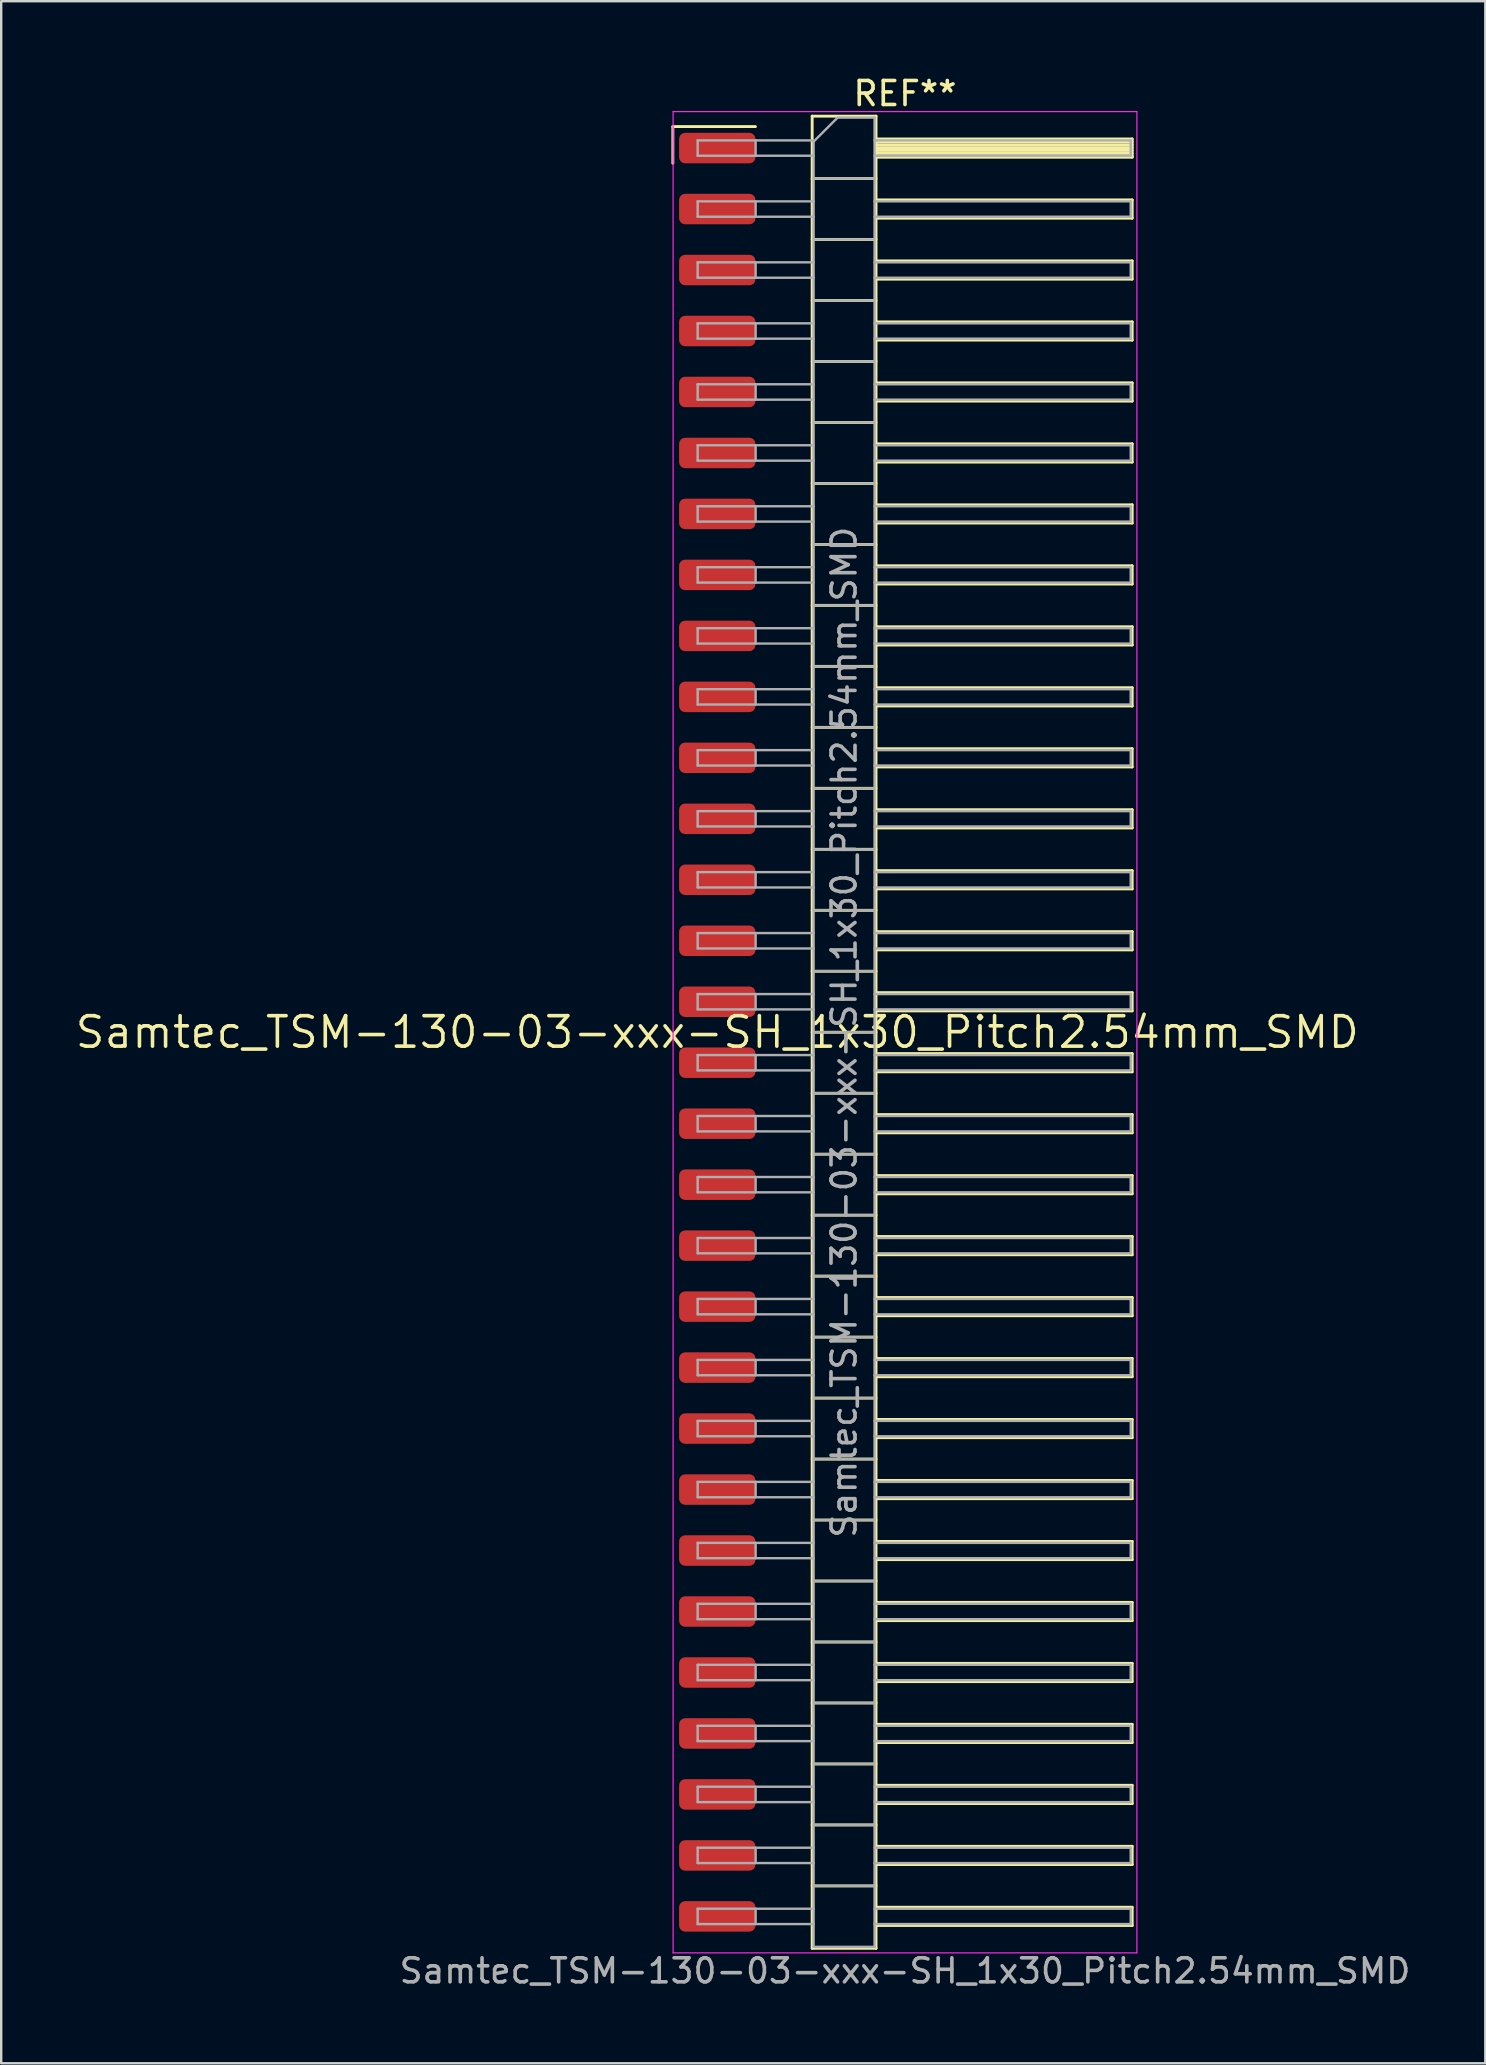
<source format=kicad_pcb>
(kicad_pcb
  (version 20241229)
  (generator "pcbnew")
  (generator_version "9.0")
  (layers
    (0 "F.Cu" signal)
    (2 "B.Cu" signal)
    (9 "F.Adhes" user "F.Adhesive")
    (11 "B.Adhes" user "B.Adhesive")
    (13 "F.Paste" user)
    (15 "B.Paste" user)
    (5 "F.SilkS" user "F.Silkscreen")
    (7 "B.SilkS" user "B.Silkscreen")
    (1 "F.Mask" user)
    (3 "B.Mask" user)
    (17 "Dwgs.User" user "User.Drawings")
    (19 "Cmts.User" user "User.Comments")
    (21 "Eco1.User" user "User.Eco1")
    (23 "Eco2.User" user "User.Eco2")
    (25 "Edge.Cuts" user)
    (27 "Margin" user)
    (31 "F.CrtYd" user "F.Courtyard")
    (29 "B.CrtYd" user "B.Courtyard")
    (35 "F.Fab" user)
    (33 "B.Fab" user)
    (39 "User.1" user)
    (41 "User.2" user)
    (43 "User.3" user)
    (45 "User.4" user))
  (footprint "Samtec_TSM-130-03-xxx-SH_1x30_Pitch2.54mm_SMD"
    (layer "F.Cu")
    (at 26.828 39.948)
    (property "Reference" "Samtec_TSM-130-03-xxx-SH_1x30_Pitch2.54mm_SMD" (at 0 0 0) (layer "F.SilkS") (effects (font (size 1.27 1.27) (thickness 0.15))))
    (attr smd)
    (fp_line (start -1.85 -37.725) (end 1.59 -37.725) (stroke (width 0.12) (type solid)) (layer "F.SilkS"))
    (fp_line (start -1.85 -36.195) (end -1.85 -37.725) (stroke (width 0.12) (type solid)) (layer "F.SilkS"))
    (fp_line (start 3.953 -38.16) (end 6.613 -38.16) (stroke (width 0.12) (type solid)) (layer "F.SilkS"))
    (fp_line (start 3.953 -35.56) (end 6.613 -35.56) (stroke (width 0.12) (type solid)) (layer "F.SilkS"))
    (fp_line (start 3.953 -33.02) (end 6.613 -33.02) (stroke (width 0.12) (type solid)) (layer "F.SilkS"))
    (fp_line (start 3.953 -30.48) (end 6.613 -30.48) (stroke (width 0.12) (type solid)) (layer "F.SilkS"))
    (fp_line (start 3.953 -27.94) (end 6.613 -27.94) (stroke (width 0.12) (type solid)) (layer "F.SilkS"))
    (fp_line (start 3.953 -25.4) (end 6.613 -25.4) (stroke (width 0.12) (type solid)) (layer "F.SilkS"))
    (fp_line (start 3.953 -22.86) (end 6.613 -22.86) (stroke (width 0.12) (type solid)) (layer "F.SilkS"))
    (fp_line (start 3.953 -20.32) (end 6.613 -20.32) (stroke (width 0.12) (type solid)) (layer "F.SilkS"))
    (fp_line (start 3.953 -17.78) (end 6.613 -17.78) (stroke (width 0.12) (type solid)) (layer "F.SilkS"))
    (fp_line (start 3.953 -15.24) (end 6.613 -15.24) (stroke (width 0.12) (type solid)) (layer "F.SilkS"))
    (fp_line (start 3.953 -12.7) (end 6.613 -12.7) (stroke (width 0.12) (type solid)) (layer "F.SilkS"))
    (fp_line (start 3.953 -10.16) (end 6.613 -10.16) (stroke (width 0.12) (type solid)) (layer "F.SilkS"))
    (fp_line (start 3.953 -7.62) (end 6.613 -7.62) (stroke (width 0.12) (type solid)) (layer "F.SilkS"))
    (fp_line (start 3.953 -5.08) (end 6.613 -5.08) (stroke (width 0.12) (type solid)) (layer "F.SilkS"))
    (fp_line (start 3.953 -2.54) (end 6.613 -2.54) (stroke (width 0.12) (type solid)) (layer "F.SilkS"))
    (fp_line (start 3.953 0) (end 6.613 0) (stroke (width 0.12) (type solid)) (layer "F.SilkS"))
    (fp_line (start 3.953 2.54) (end 6.613 2.54) (stroke (width 0.12) (type solid)) (layer "F.SilkS"))
    (fp_line (start 3.953 5.08) (end 6.613 5.08) (stroke (width 0.12) (type solid)) (layer "F.SilkS"))
    (fp_line (start 3.953 7.62) (end 6.613 7.62) (stroke (width 0.12) (type solid)) (layer "F.SilkS"))
    (fp_line (start 3.953 10.16) (end 6.613 10.16) (stroke (width 0.12) (type solid)) (layer "F.SilkS"))
    (fp_line (start 3.953 12.7) (end 6.613 12.7) (stroke (width 0.12) (type solid)) (layer "F.SilkS"))
    (fp_line (start 3.953 15.24) (end 6.613 15.24) (stroke (width 0.12) (type solid)) (layer "F.SilkS"))
    (fp_line (start 3.953 17.78) (end 6.613 17.78) (stroke (width 0.12) (type solid)) (layer "F.SilkS"))
    (fp_line (start 3.953 20.32) (end 6.613 20.32) (stroke (width 0.12) (type solid)) (layer "F.SilkS"))
    (fp_line (start 3.953 22.86) (end 6.613 22.86) (stroke (width 0.12) (type solid)) (layer "F.SilkS"))
    (fp_line (start 3.953 25.4) (end 6.613 25.4) (stroke (width 0.12) (type solid)) (layer "F.SilkS"))
    (fp_line (start 3.953 27.94) (end 6.613 27.94) (stroke (width 0.12) (type solid)) (layer "F.SilkS"))
    (fp_line (start 3.953 30.48) (end 6.613 30.48) (stroke (width 0.12) (type solid)) (layer "F.SilkS"))
    (fp_line (start 3.953 33.02) (end 6.613 33.02) (stroke (width 0.12) (type solid)) (layer "F.SilkS"))
    (fp_line (start 3.953 35.56) (end 6.613 35.56) (stroke (width 0.12) (type solid)) (layer "F.SilkS"))
    (fp_line (start 3.953 38.16) (end 3.953 -38.16) (stroke (width 0.12) (type solid)) (layer "F.SilkS"))
    (fp_line (start 6.613 -38.16) (end 6.613 38.16) (stroke (width 0.12) (type solid)) (layer "F.SilkS"))
    (fp_line (start 6.613 -37.21) (end 17.283 -37.21) (stroke (width 0.12) (type solid)) (layer "F.SilkS"))
    (fp_line (start 6.613 -37.09) (end 17.283 -37.09) (stroke (width 0.12) (type solid)) (layer "F.SilkS"))
    (fp_line (start 6.613 -36.97) (end 17.283 -36.97) (stroke (width 0.12) (type solid)) (layer "F.SilkS"))
    (fp_line (start 6.613 -36.85) (end 17.283 -36.85) (stroke (width 0.12) (type solid)) (layer "F.SilkS"))
    (fp_line (start 6.613 -36.73) (end 17.283 -36.73) (stroke (width 0.12) (type solid)) (layer "F.SilkS"))
    (fp_line (start 6.613 -36.61) (end 17.283 -36.61) (stroke (width 0.12) (type solid)) (layer "F.SilkS"))
    (fp_line (start 6.613 -36.49) (end 17.283 -36.49) (stroke (width 0.12) (type solid)) (layer "F.SilkS"))
    (fp_line (start 6.613 -36.45) (end 17.283 -36.45) (stroke (width 0.12) (type solid)) (layer "F.SilkS"))
    (fp_line (start 6.613 -34.67) (end 17.283 -34.67) (stroke (width 0.12) (type solid)) (layer "F.SilkS"))
    (fp_line (start 6.613 -33.91) (end 17.283 -33.91) (stroke (width 0.12) (type solid)) (layer "F.SilkS"))
    (fp_line (start 6.613 -32.13) (end 17.283 -32.13) (stroke (width 0.12) (type solid)) (layer "F.SilkS"))
    (fp_line (start 6.613 -31.37) (end 17.283 -31.37) (stroke (width 0.12) (type solid)) (layer "F.SilkS"))
    (fp_line (start 6.613 -29.59) (end 17.283 -29.59) (stroke (width 0.12) (type solid)) (layer "F.SilkS"))
    (fp_line (start 6.613 -28.83) (end 17.283 -28.83) (stroke (width 0.12) (type solid)) (layer "F.SilkS"))
    (fp_line (start 6.613 -27.05) (end 17.283 -27.05) (stroke (width 0.12) (type solid)) (layer "F.SilkS"))
    (fp_line (start 6.613 -26.29) (end 17.283 -26.29) (stroke (width 0.12) (type solid)) (layer "F.SilkS"))
    (fp_line (start 6.613 -24.51) (end 17.283 -24.51) (stroke (width 0.12) (type solid)) (layer "F.SilkS"))
    (fp_line (start 6.613 -23.75) (end 17.283 -23.75) (stroke (width 0.12) (type solid)) (layer "F.SilkS"))
    (fp_line (start 6.613 -21.97) (end 17.283 -21.97) (stroke (width 0.12) (type solid)) (layer "F.SilkS"))
    (fp_line (start 6.613 -21.21) (end 17.283 -21.21) (stroke (width 0.12) (type solid)) (layer "F.SilkS"))
    (fp_line (start 6.613 -19.43) (end 17.283 -19.43) (stroke (width 0.12) (type solid)) (layer "F.SilkS"))
    (fp_line (start 6.613 -18.67) (end 17.283 -18.67) (stroke (width 0.12) (type solid)) (layer "F.SilkS"))
    (fp_line (start 6.613 -16.89) (end 17.283 -16.89) (stroke (width 0.12) (type solid)) (layer "F.SilkS"))
    (fp_line (start 6.613 -16.13) (end 17.283 -16.13) (stroke (width 0.12) (type solid)) (layer "F.SilkS"))
    (fp_line (start 6.613 -14.35) (end 17.283 -14.35) (stroke (width 0.12) (type solid)) (layer "F.SilkS"))
    (fp_line (start 6.613 -13.59) (end 17.283 -13.59) (stroke (width 0.12) (type solid)) (layer "F.SilkS"))
    (fp_line (start 6.613 -11.81) (end 17.283 -11.81) (stroke (width 0.12) (type solid)) (layer "F.SilkS"))
    (fp_line (start 6.613 -11.05) (end 17.283 -11.05) (stroke (width 0.12) (type solid)) (layer "F.SilkS"))
    (fp_line (start 6.613 -9.27) (end 17.283 -9.27) (stroke (width 0.12) (type solid)) (layer "F.SilkS"))
    (fp_line (start 6.613 -8.51) (end 17.283 -8.51) (stroke (width 0.12) (type solid)) (layer "F.SilkS"))
    (fp_line (start 6.613 -6.73) (end 17.283 -6.73) (stroke (width 0.12) (type solid)) (layer "F.SilkS"))
    (fp_line (start 6.613 -5.97) (end 17.283 -5.97) (stroke (width 0.12) (type solid)) (layer "F.SilkS"))
    (fp_line (start 6.613 -4.19) (end 17.283 -4.19) (stroke (width 0.12) (type solid)) (layer "F.SilkS"))
    (fp_line (start 6.613 -3.43) (end 17.283 -3.43) (stroke (width 0.12) (type solid)) (layer "F.SilkS"))
    (fp_line (start 6.613 -1.65) (end 17.283 -1.65) (stroke (width 0.12) (type solid)) (layer "F.SilkS"))
    (fp_line (start 6.613 -0.89) (end 17.283 -0.89) (stroke (width 0.12) (type solid)) (layer "F.SilkS"))
    (fp_line (start 6.613 0.89) (end 17.283 0.89) (stroke (width 0.12) (type solid)) (layer "F.SilkS"))
    (fp_line (start 6.613 1.65) (end 17.283 1.65) (stroke (width 0.12) (type solid)) (layer "F.SilkS"))
    (fp_line (start 6.613 3.43) (end 17.283 3.43) (stroke (width 0.12) (type solid)) (layer "F.SilkS"))
    (fp_line (start 6.613 4.19) (end 17.283 4.19) (stroke (width 0.12) (type solid)) (layer "F.SilkS"))
    (fp_line (start 6.613 5.97) (end 17.283 5.97) (stroke (width 0.12) (type solid)) (layer "F.SilkS"))
    (fp_line (start 6.613 6.73) (end 17.283 6.73) (stroke (width 0.12) (type solid)) (layer "F.SilkS"))
    (fp_line (start 6.613 8.51) (end 17.283 8.51) (stroke (width 0.12) (type solid)) (layer "F.SilkS"))
    (fp_line (start 6.613 9.27) (end 17.283 9.27) (stroke (width 0.12) (type solid)) (layer "F.SilkS"))
    (fp_line (start 6.613 11.05) (end 17.283 11.05) (stroke (width 0.12) (type solid)) (layer "F.SilkS"))
    (fp_line (start 6.613 11.81) (end 17.283 11.81) (stroke (width 0.12) (type solid)) (layer "F.SilkS"))
    (fp_line (start 6.613 13.59) (end 17.283 13.59) (stroke (width 0.12) (type solid)) (layer "F.SilkS"))
    (fp_line (start 6.613 14.35) (end 17.283 14.35) (stroke (width 0.12) (type solid)) (layer "F.SilkS"))
    (fp_line (start 6.613 16.13) (end 17.283 16.13) (stroke (width 0.12) (type solid)) (layer "F.SilkS"))
    (fp_line (start 6.613 16.89) (end 17.283 16.89) (stroke (width 0.12) (type solid)) (layer "F.SilkS"))
    (fp_line (start 6.613 18.67) (end 17.283 18.67) (stroke (width 0.12) (type solid)) (layer "F.SilkS"))
    (fp_line (start 6.613 19.43) (end 17.283 19.43) (stroke (width 0.12) (type solid)) (layer "F.SilkS"))
    (fp_line (start 6.613 21.21) (end 17.283 21.21) (stroke (width 0.12) (type solid)) (layer "F.SilkS"))
    (fp_line (start 6.613 21.97) (end 17.283 21.97) (stroke (width 0.12) (type solid)) (layer "F.SilkS"))
    (fp_line (start 6.613 23.75) (end 17.283 23.75) (stroke (width 0.12) (type solid)) (layer "F.SilkS"))
    (fp_line (start 6.613 24.51) (end 17.283 24.51) (stroke (width 0.12) (type solid)) (layer "F.SilkS"))
    (fp_line (start 6.613 26.29) (end 17.283 26.29) (stroke (width 0.12) (type solid)) (layer "F.SilkS"))
    (fp_line (start 6.613 27.05) (end 17.283 27.05) (stroke (width 0.12) (type solid)) (layer "F.SilkS"))
    (fp_line (start 6.613 28.83) (end 17.283 28.83) (stroke (width 0.12) (type solid)) (layer "F.SilkS"))
    (fp_line (start 6.613 29.59) (end 17.283 29.59) (stroke (width 0.12) (type solid)) (layer "F.SilkS"))
    (fp_line (start 6.613 31.37) (end 17.283 31.37) (stroke (width 0.12) (type solid)) (layer "F.SilkS"))
    (fp_line (start 6.613 32.13) (end 17.283 32.13) (stroke (width 0.12) (type solid)) (layer "F.SilkS"))
    (fp_line (start 6.613 33.91) (end 17.283 33.91) (stroke (width 0.12) (type solid)) (layer "F.SilkS"))
    (fp_line (start 6.613 34.67) (end 17.283 34.67) (stroke (width 0.12) (type solid)) (layer "F.SilkS"))
    (fp_line (start 6.613 36.45) (end 17.283 36.45) (stroke (width 0.12) (type solid)) (layer "F.SilkS"))
    (fp_line (start 6.613 37.21) (end 17.283 37.21) (stroke (width 0.12) (type solid)) (layer "F.SilkS"))
    (fp_line (start 6.613 38.16) (end 3.953 38.16) (stroke (width 0.12) (type solid)) (layer "F.SilkS"))
    (fp_line (start 17.283 -37.21) (end 17.283 -36.45) (stroke (width 0.12) (type solid)) (layer "F.SilkS"))
    (fp_line (start 17.283 -34.67) (end 17.283 -33.91) (stroke (width 0.12) (type solid)) (layer "F.SilkS"))
    (fp_line (start 17.283 -32.13) (end 17.283 -31.37) (stroke (width 0.12) (type solid)) (layer "F.SilkS"))
    (fp_line (start 17.283 -29.59) (end 17.283 -28.83) (stroke (width 0.12) (type solid)) (layer "F.SilkS"))
    (fp_line (start 17.283 -27.05) (end 17.283 -26.29) (stroke (width 0.12) (type solid)) (layer "F.SilkS"))
    (fp_line (start 17.283 -24.51) (end 17.283 -23.75) (stroke (width 0.12) (type solid)) (layer "F.SilkS"))
    (fp_line (start 17.283 -21.97) (end 17.283 -21.21) (stroke (width 0.12) (type solid)) (layer "F.SilkS"))
    (fp_line (start 17.283 -19.43) (end 17.283 -18.67) (stroke (width 0.12) (type solid)) (layer "F.SilkS"))
    (fp_line (start 17.283 -16.89) (end 17.283 -16.13) (stroke (width 0.12) (type solid)) (layer "F.SilkS"))
    (fp_line (start 17.283 -14.35) (end 17.283 -13.59) (stroke (width 0.12) (type solid)) (layer "F.SilkS"))
    (fp_line (start 17.283 -11.81) (end 17.283 -11.05) (stroke (width 0.12) (type solid)) (layer "F.SilkS"))
    (fp_line (start 17.283 -9.27) (end 17.283 -8.51) (stroke (width 0.12) (type solid)) (layer "F.SilkS"))
    (fp_line (start 17.283 -6.73) (end 17.283 -5.97) (stroke (width 0.12) (type solid)) (layer "F.SilkS"))
    (fp_line (start 17.283 -4.19) (end 17.283 -3.43) (stroke (width 0.12) (type solid)) (layer "F.SilkS"))
    (fp_line (start 17.283 -1.65) (end 17.283 -0.89) (stroke (width 0.12) (type solid)) (layer "F.SilkS"))
    (fp_line (start 17.283 0.89) (end 17.283 1.65) (stroke (width 0.12) (type solid)) (layer "F.SilkS"))
    (fp_line (start 17.283 3.43) (end 17.283 4.19) (stroke (width 0.12) (type solid)) (layer "F.SilkS"))
    (fp_line (start 17.283 5.97) (end 17.283 6.73) (stroke (width 0.12) (type solid)) (layer "F.SilkS"))
    (fp_line (start 17.283 8.51) (end 17.283 9.27) (stroke (width 0.12) (type solid)) (layer "F.SilkS"))
    (fp_line (start 17.283 11.05) (end 17.283 11.81) (stroke (width 0.12) (type solid)) (layer "F.SilkS"))
    (fp_line (start 17.283 13.59) (end 17.283 14.35) (stroke (width 0.12) (type solid)) (layer "F.SilkS"))
    (fp_line (start 17.283 16.13) (end 17.283 16.89) (stroke (width 0.12) (type solid)) (layer "F.SilkS"))
    (fp_line (start 17.283 18.67) (end 17.283 19.43) (stroke (width 0.12) (type solid)) (layer "F.SilkS"))
    (fp_line (start 17.283 21.21) (end 17.283 21.97) (stroke (width 0.12) (type solid)) (layer "F.SilkS"))
    (fp_line (start 17.283 23.75) (end 17.283 24.51) (stroke (width 0.12) (type solid)) (layer "F.SilkS"))
    (fp_line (start 17.283 26.29) (end 17.283 27.05) (stroke (width 0.12) (type solid)) (layer "F.SilkS"))
    (fp_line (start 17.283 28.83) (end 17.283 29.59) (stroke (width 0.12) (type solid)) (layer "F.SilkS"))
    (fp_line (start 17.283 31.37) (end 17.283 32.13) (stroke (width 0.12) (type solid)) (layer "F.SilkS"))
    (fp_line (start 17.283 33.91) (end 17.283 34.67) (stroke (width 0.12) (type solid)) (layer "F.SilkS"))
    (fp_line (start 17.283 36.45) (end 17.283 37.21) (stroke (width 0.12) (type solid)) (layer "F.SilkS"))
    (fp_line (start -1.84 -38.35) (end 17.48 -38.35) (stroke (width 0.05) (type solid)) (layer "F.CrtYd"))
    (fp_line (start -1.84 38.35) (end -1.84 -38.35) (stroke (width 0.05) (type solid)) (layer "F.CrtYd"))
    (fp_line (start 17.48 -38.35) (end 17.48 38.35) (stroke (width 0.05) (type solid)) (layer "F.CrtYd"))
    (fp_line (start 17.48 38.35) (end -1.84 38.35) (stroke (width 0.05) (type solid)) (layer "F.CrtYd"))
    (fp_line (start -0.817 -37.15) (end -0.817 -36.51) (stroke (width 0.1) (type solid)) (layer "F.Fab"))
    (fp_line (start -0.817 -37.15) (end 4.013 -37.15) (stroke (width 0.1) (type solid)) (layer "F.Fab"))
    (fp_line (start -0.817 -36.51) (end 4.013 -36.51) (stroke (width 0.1) (type solid)) (layer "F.Fab"))
    (fp_line (start -0.817 -34.61) (end -0.817 -33.97) (stroke (width 0.1) (type solid)) (layer "F.Fab"))
    (fp_line (start -0.817 -34.61) (end 4.013 -34.61) (stroke (width 0.1) (type solid)) (layer "F.Fab"))
    (fp_line (start -0.817 -33.97) (end 4.013 -33.97) (stroke (width 0.1) (type solid)) (layer "F.Fab"))
    (fp_line (start -0.817 -32.07) (end -0.817 -31.43) (stroke (width 0.1) (type solid)) (layer "F.Fab"))
    (fp_line (start -0.817 -32.07) (end 4.013 -32.07) (stroke (width 0.1) (type solid)) (layer "F.Fab"))
    (fp_line (start -0.817 -31.43) (end 4.013 -31.43) (stroke (width 0.1) (type solid)) (layer "F.Fab"))
    (fp_line (start -0.817 -29.53) (end -0.817 -28.89) (stroke (width 0.1) (type solid)) (layer "F.Fab"))
    (fp_line (start -0.817 -29.53) (end 4.013 -29.53) (stroke (width 0.1) (type solid)) (layer "F.Fab"))
    (fp_line (start -0.817 -28.89) (end 4.013 -28.89) (stroke (width 0.1) (type solid)) (layer "F.Fab"))
    (fp_line (start -0.817 -26.99) (end -0.817 -26.35) (stroke (width 0.1) (type solid)) (layer "F.Fab"))
    (fp_line (start -0.817 -26.99) (end 4.013 -26.99) (stroke (width 0.1) (type solid)) (layer "F.Fab"))
    (fp_line (start -0.817 -26.35) (end 4.013 -26.35) (stroke (width 0.1) (type solid)) (layer "F.Fab"))
    (fp_line (start -0.817 -24.45) (end -0.817 -23.81) (stroke (width 0.1) (type solid)) (layer "F.Fab"))
    (fp_line (start -0.817 -24.45) (end 4.013 -24.45) (stroke (width 0.1) (type solid)) (layer "F.Fab"))
    (fp_line (start -0.817 -23.81) (end 4.013 -23.81) (stroke (width 0.1) (type solid)) (layer "F.Fab"))
    (fp_line (start -0.817 -21.91) (end -0.817 -21.27) (stroke (width 0.1) (type solid)) (layer "F.Fab"))
    (fp_line (start -0.817 -21.91) (end 4.013 -21.91) (stroke (width 0.1) (type solid)) (layer "F.Fab"))
    (fp_line (start -0.817 -21.27) (end 4.013 -21.27) (stroke (width 0.1) (type solid)) (layer "F.Fab"))
    (fp_line (start -0.817 -19.37) (end -0.817 -18.73) (stroke (width 0.1) (type solid)) (layer "F.Fab"))
    (fp_line (start -0.817 -19.37) (end 4.013 -19.37) (stroke (width 0.1) (type solid)) (layer "F.Fab"))
    (fp_line (start -0.817 -18.73) (end 4.013 -18.73) (stroke (width 0.1) (type solid)) (layer "F.Fab"))
    (fp_line (start -0.817 -16.83) (end -0.817 -16.19) (stroke (width 0.1) (type solid)) (layer "F.Fab"))
    (fp_line (start -0.817 -16.83) (end 4.013 -16.83) (stroke (width 0.1) (type solid)) (layer "F.Fab"))
    (fp_line (start -0.817 -16.19) (end 4.013 -16.19) (stroke (width 0.1) (type solid)) (layer "F.Fab"))
    (fp_line (start -0.817 -14.29) (end -0.817 -13.65) (stroke (width 0.1) (type solid)) (layer "F.Fab"))
    (fp_line (start -0.817 -14.29) (end 4.013 -14.29) (stroke (width 0.1) (type solid)) (layer "F.Fab"))
    (fp_line (start -0.817 -13.65) (end 4.013 -13.65) (stroke (width 0.1) (type solid)) (layer "F.Fab"))
    (fp_line (start -0.817 -11.75) (end -0.817 -11.11) (stroke (width 0.1) (type solid)) (layer "F.Fab"))
    (fp_line (start -0.817 -11.75) (end 4.013 -11.75) (stroke (width 0.1) (type solid)) (layer "F.Fab"))
    (fp_line (start -0.817 -11.11) (end 4.013 -11.11) (stroke (width 0.1) (type solid)) (layer "F.Fab"))
    (fp_line (start -0.817 -9.21) (end -0.817 -8.57) (stroke (width 0.1) (type solid)) (layer "F.Fab"))
    (fp_line (start -0.817 -9.21) (end 4.013 -9.21) (stroke (width 0.1) (type solid)) (layer "F.Fab"))
    (fp_line (start -0.817 -8.57) (end 4.013 -8.57) (stroke (width 0.1) (type solid)) (layer "F.Fab"))
    (fp_line (start -0.817 -6.67) (end -0.817 -6.03) (stroke (width 0.1) (type solid)) (layer "F.Fab"))
    (fp_line (start -0.817 -6.67) (end 4.013 -6.67) (stroke (width 0.1) (type solid)) (layer "F.Fab"))
    (fp_line (start -0.817 -6.03) (end 4.013 -6.03) (stroke (width 0.1) (type solid)) (layer "F.Fab"))
    (fp_line (start -0.817 -4.13) (end -0.817 -3.49) (stroke (width 0.1) (type solid)) (layer "F.Fab"))
    (fp_line (start -0.817 -4.13) (end 4.013 -4.13) (stroke (width 0.1) (type solid)) (layer "F.Fab"))
    (fp_line (start -0.817 -3.49) (end 4.013 -3.49) (stroke (width 0.1) (type solid)) (layer "F.Fab"))
    (fp_line (start -0.817 -1.59) (end -0.817 -0.95) (stroke (width 0.1) (type solid)) (layer "F.Fab"))
    (fp_line (start -0.817 -1.59) (end 4.013 -1.59) (stroke (width 0.1) (type solid)) (layer "F.Fab"))
    (fp_line (start -0.817 -0.95) (end 4.013 -0.95) (stroke (width 0.1) (type solid)) (layer "F.Fab"))
    (fp_line (start -0.817 0.95) (end -0.817 1.59) (stroke (width 0.1) (type solid)) (layer "F.Fab"))
    (fp_line (start -0.817 0.95) (end 4.013 0.95) (stroke (width 0.1) (type solid)) (layer "F.Fab"))
    (fp_line (start -0.817 1.59) (end 4.013 1.59) (stroke (width 0.1) (type solid)) (layer "F.Fab"))
    (fp_line (start -0.817 3.49) (end -0.817 4.13) (stroke (width 0.1) (type solid)) (layer "F.Fab"))
    (fp_line (start -0.817 3.49) (end 4.013 3.49) (stroke (width 0.1) (type solid)) (layer "F.Fab"))
    (fp_line (start -0.817 4.13) (end 4.013 4.13) (stroke (width 0.1) (type solid)) (layer "F.Fab"))
    (fp_line (start -0.817 6.03) (end -0.817 6.67) (stroke (width 0.1) (type solid)) (layer "F.Fab"))
    (fp_line (start -0.817 6.03) (end 4.013 6.03) (stroke (width 0.1) (type solid)) (layer "F.Fab"))
    (fp_line (start -0.817 6.67) (end 4.013 6.67) (stroke (width 0.1) (type solid)) (layer "F.Fab"))
    (fp_line (start -0.817 8.57) (end -0.817 9.21) (stroke (width 0.1) (type solid)) (layer "F.Fab"))
    (fp_line (start -0.817 8.57) (end 4.013 8.57) (stroke (width 0.1) (type solid)) (layer "F.Fab"))
    (fp_line (start -0.817 9.21) (end 4.013 9.21) (stroke (width 0.1) (type solid)) (layer "F.Fab"))
    (fp_line (start -0.817 11.11) (end -0.817 11.75) (stroke (width 0.1) (type solid)) (layer "F.Fab"))
    (fp_line (start -0.817 11.11) (end 4.013 11.11) (stroke (width 0.1) (type solid)) (layer "F.Fab"))
    (fp_line (start -0.817 11.75) (end 4.013 11.75) (stroke (width 0.1) (type solid)) (layer "F.Fab"))
    (fp_line (start -0.817 13.65) (end -0.817 14.29) (stroke (width 0.1) (type solid)) (layer "F.Fab"))
    (fp_line (start -0.817 13.65) (end 4.013 13.65) (stroke (width 0.1) (type solid)) (layer "F.Fab"))
    (fp_line (start -0.817 14.29) (end 4.013 14.29) (stroke (width 0.1) (type solid)) (layer "F.Fab"))
    (fp_line (start -0.817 16.19) (end -0.817 16.83) (stroke (width 0.1) (type solid)) (layer "F.Fab"))
    (fp_line (start -0.817 16.19) (end 4.013 16.19) (stroke (width 0.1) (type solid)) (layer "F.Fab"))
    (fp_line (start -0.817 16.83) (end 4.013 16.83) (stroke (width 0.1) (type solid)) (layer "F.Fab"))
    (fp_line (start -0.817 18.73) (end -0.817 19.37) (stroke (width 0.1) (type solid)) (layer "F.Fab"))
    (fp_line (start -0.817 18.73) (end 4.013 18.73) (stroke (width 0.1) (type solid)) (layer "F.Fab"))
    (fp_line (start -0.817 19.37) (end 4.013 19.37) (stroke (width 0.1) (type solid)) (layer "F.Fab"))
    (fp_line (start -0.817 21.27) (end -0.817 21.91) (stroke (width 0.1) (type solid)) (layer "F.Fab"))
    (fp_line (start -0.817 21.27) (end 4.013 21.27) (stroke (width 0.1) (type solid)) (layer "F.Fab"))
    (fp_line (start -0.817 21.91) (end 4.013 21.91) (stroke (width 0.1) (type solid)) (layer "F.Fab"))
    (fp_line (start -0.817 23.81) (end -0.817 24.45) (stroke (width 0.1) (type solid)) (layer "F.Fab"))
    (fp_line (start -0.817 23.81) (end 4.013 23.81) (stroke (width 0.1) (type solid)) (layer "F.Fab"))
    (fp_line (start -0.817 24.45) (end 4.013 24.45) (stroke (width 0.1) (type solid)) (layer "F.Fab"))
    (fp_line (start -0.817 26.35) (end -0.817 26.99) (stroke (width 0.1) (type solid)) (layer "F.Fab"))
    (fp_line (start -0.817 26.35) (end 4.013 26.35) (stroke (width 0.1) (type solid)) (layer "F.Fab"))
    (fp_line (start -0.817 26.99) (end 4.013 26.99) (stroke (width 0.1) (type solid)) (layer "F.Fab"))
    (fp_line (start -0.817 28.89) (end -0.817 29.53) (stroke (width 0.1) (type solid)) (layer "F.Fab"))
    (fp_line (start -0.817 28.89) (end 4.013 28.89) (stroke (width 0.1) (type solid)) (layer "F.Fab"))
    (fp_line (start -0.817 29.53) (end 4.013 29.53) (stroke (width 0.1) (type solid)) (layer "F.Fab"))
    (fp_line (start -0.817 31.43) (end -0.817 32.07) (stroke (width 0.1) (type solid)) (layer "F.Fab"))
    (fp_line (start -0.817 31.43) (end 4.013 31.43) (stroke (width 0.1) (type solid)) (layer "F.Fab"))
    (fp_line (start -0.817 32.07) (end 4.013 32.07) (stroke (width 0.1) (type solid)) (layer "F.Fab"))
    (fp_line (start -0.817 33.97) (end -0.817 34.61) (stroke (width 0.1) (type solid)) (layer "F.Fab"))
    (fp_line (start -0.817 33.97) (end 4.013 33.97) (stroke (width 0.1) (type solid)) (layer "F.Fab"))
    (fp_line (start -0.817 34.61) (end 4.013 34.61) (stroke (width 0.1) (type solid)) (layer "F.Fab"))
    (fp_line (start -0.817 36.51) (end -0.817 37.15) (stroke (width 0.1) (type solid)) (layer "F.Fab"))
    (fp_line (start -0.817 36.51) (end 4.013 36.51) (stroke (width 0.1) (type solid)) (layer "F.Fab"))
    (fp_line (start -0.817 37.15) (end 4.013 37.15) (stroke (width 0.1) (type solid)) (layer "F.Fab"))
    (fp_line (start 1.598 -37.15) (end 1.598 -36.51) (stroke (width 0.1) (type solid)) (layer "F.Fab"))
    (fp_line (start 1.598 -34.61) (end 1.598 -33.97) (stroke (width 0.1) (type solid)) (layer "F.Fab"))
    (fp_line (start 1.598 -32.07) (end 1.598 -31.43) (stroke (width 0.1) (type solid)) (layer "F.Fab"))
    (fp_line (start 1.598 -29.53) (end 1.598 -28.89) (stroke (width 0.1) (type solid)) (layer "F.Fab"))
    (fp_line (start 1.598 -26.99) (end 1.598 -26.35) (stroke (width 0.1) (type solid)) (layer "F.Fab"))
    (fp_line (start 1.598 -24.45) (end 1.598 -23.81) (stroke (width 0.1) (type solid)) (layer "F.Fab"))
    (fp_line (start 1.598 -21.91) (end 1.598 -21.27) (stroke (width 0.1) (type solid)) (layer "F.Fab"))
    (fp_line (start 1.598 -19.37) (end 1.598 -18.73) (stroke (width 0.1) (type solid)) (layer "F.Fab"))
    (fp_line (start 1.598 -16.83) (end 1.598 -16.19) (stroke (width 0.1) (type solid)) (layer "F.Fab"))
    (fp_line (start 1.598 -14.29) (end 1.598 -13.65) (stroke (width 0.1) (type solid)) (layer "F.Fab"))
    (fp_line (start 1.598 -11.75) (end 1.598 -11.11) (stroke (width 0.1) (type solid)) (layer "F.Fab"))
    (fp_line (start 1.598 -9.21) (end 1.598 -8.57) (stroke (width 0.1) (type solid)) (layer "F.Fab"))
    (fp_line (start 1.598 -6.67) (end 1.598 -6.03) (stroke (width 0.1) (type solid)) (layer "F.Fab"))
    (fp_line (start 1.598 -4.13) (end 1.598 -3.49) (stroke (width 0.1) (type solid)) (layer "F.Fab"))
    (fp_line (start 1.598 -1.59) (end 1.598 -0.95) (stroke (width 0.1) (type solid)) (layer "F.Fab"))
    (fp_line (start 1.598 0.95) (end 1.598 1.59) (stroke (width 0.1) (type solid)) (layer "F.Fab"))
    (fp_line (start 1.598 3.49) (end 1.598 4.13) (stroke (width 0.1) (type solid)) (layer "F.Fab"))
    (fp_line (start 1.598 6.03) (end 1.598 6.67) (stroke (width 0.1) (type solid)) (layer "F.Fab"))
    (fp_line (start 1.598 8.57) (end 1.598 9.21) (stroke (width 0.1) (type solid)) (layer "F.Fab"))
    (fp_line (start 1.598 11.11) (end 1.598 11.75) (stroke (width 0.1) (type solid)) (layer "F.Fab"))
    (fp_line (start 1.598 13.65) (end 1.598 14.29) (stroke (width 0.1) (type solid)) (layer "F.Fab"))
    (fp_line (start 1.598 16.19) (end 1.598 16.83) (stroke (width 0.1) (type solid)) (layer "F.Fab"))
    (fp_line (start 1.598 18.73) (end 1.598 19.37) (stroke (width 0.1) (type solid)) (layer "F.Fab"))
    (fp_line (start 1.598 21.27) (end 1.598 21.91) (stroke (width 0.1) (type solid)) (layer "F.Fab"))
    (fp_line (start 1.598 23.81) (end 1.598 24.45) (stroke (width 0.1) (type solid)) (layer "F.Fab"))
    (fp_line (start 1.598 26.35) (end 1.598 26.99) (stroke (width 0.1) (type solid)) (layer "F.Fab"))
    (fp_line (start 1.598 28.89) (end 1.598 29.53) (stroke (width 0.1) (type solid)) (layer "F.Fab"))
    (fp_line (start 1.598 31.43) (end 1.598 32.07) (stroke (width 0.1) (type solid)) (layer "F.Fab"))
    (fp_line (start 1.598 33.97) (end 1.598 34.61) (stroke (width 0.1) (type solid)) (layer "F.Fab"))
    (fp_line (start 1.598 36.51) (end 1.598 37.15) (stroke (width 0.1) (type solid)) (layer "F.Fab"))
    (fp_line (start 4.013 -37.1) (end 5.013 -38.1) (stroke (width 0.1) (type solid)) (layer "F.Fab"))
    (fp_line (start 4.013 -35.56) (end 6.553 -35.56) (stroke (width 0.1) (type solid)) (layer "F.Fab"))
    (fp_line (start 4.013 -33.02) (end 6.553 -33.02) (stroke (width 0.1) (type solid)) (layer "F.Fab"))
    (fp_line (start 4.013 -30.48) (end 6.553 -30.48) (stroke (width 0.1) (type solid)) (layer "F.Fab"))
    (fp_line (start 4.013 -27.94) (end 6.553 -27.94) (stroke (width 0.1) (type solid)) (layer "F.Fab"))
    (fp_line (start 4.013 -25.4) (end 6.553 -25.4) (stroke (width 0.1) (type solid)) (layer "F.Fab"))
    (fp_line (start 4.013 -22.86) (end 6.553 -22.86) (stroke (width 0.1) (type solid)) (layer "F.Fab"))
    (fp_line (start 4.013 -20.32) (end 6.553 -20.32) (stroke (width 0.1) (type solid)) (layer "F.Fab"))
    (fp_line (start 4.013 -17.78) (end 6.553 -17.78) (stroke (width 0.1) (type solid)) (layer "F.Fab"))
    (fp_line (start 4.013 -15.24) (end 6.553 -15.24) (stroke (width 0.1) (type solid)) (layer "F.Fab"))
    (fp_line (start 4.013 -12.7) (end 6.553 -12.7) (stroke (width 0.1) (type solid)) (layer "F.Fab"))
    (fp_line (start 4.013 -10.16) (end 6.553 -10.16) (stroke (width 0.1) (type solid)) (layer "F.Fab"))
    (fp_line (start 4.013 -7.62) (end 6.553 -7.62) (stroke (width 0.1) (type solid)) (layer "F.Fab"))
    (fp_line (start 4.013 -5.08) (end 6.553 -5.08) (stroke (width 0.1) (type solid)) (layer "F.Fab"))
    (fp_line (start 4.013 -2.54) (end 6.553 -2.54) (stroke (width 0.1) (type solid)) (layer "F.Fab"))
    (fp_line (start 4.013 0) (end 6.553 0) (stroke (width 0.1) (type solid)) (layer "F.Fab"))
    (fp_line (start 4.013 2.54) (end 6.553 2.54) (stroke (width 0.1) (type solid)) (layer "F.Fab"))
    (fp_line (start 4.013 5.08) (end 6.553 5.08) (stroke (width 0.1) (type solid)) (layer "F.Fab"))
    (fp_line (start 4.013 7.62) (end 6.553 7.62) (stroke (width 0.1) (type solid)) (layer "F.Fab"))
    (fp_line (start 4.013 10.16) (end 6.553 10.16) (stroke (width 0.1) (type solid)) (layer "F.Fab"))
    (fp_line (start 4.013 12.7) (end 6.553 12.7) (stroke (width 0.1) (type solid)) (layer "F.Fab"))
    (fp_line (start 4.013 15.24) (end 6.553 15.24) (stroke (width 0.1) (type solid)) (layer "F.Fab"))
    (fp_line (start 4.013 17.78) (end 6.553 17.78) (stroke (width 0.1) (type solid)) (layer "F.Fab"))
    (fp_line (start 4.013 20.32) (end 6.553 20.32) (stroke (width 0.1) (type solid)) (layer "F.Fab"))
    (fp_line (start 4.013 22.86) (end 6.553 22.86) (stroke (width 0.1) (type solid)) (layer "F.Fab"))
    (fp_line (start 4.013 25.4) (end 6.553 25.4) (stroke (width 0.1) (type solid)) (layer "F.Fab"))
    (fp_line (start 4.013 27.94) (end 6.553 27.94) (stroke (width 0.1) (type solid)) (layer "F.Fab"))
    (fp_line (start 4.013 30.48) (end 6.553 30.48) (stroke (width 0.1) (type solid)) (layer "F.Fab"))
    (fp_line (start 4.013 33.02) (end 6.553 33.02) (stroke (width 0.1) (type solid)) (layer "F.Fab"))
    (fp_line (start 4.013 35.56) (end 6.553 35.56) (stroke (width 0.1) (type solid)) (layer "F.Fab"))
    (fp_line (start 4.013 38.1) (end 4.013 -37.1) (stroke (width 0.1) (type solid)) (layer "F.Fab"))
    (fp_line (start 5.013 -38.1) (end 6.553 -38.1) (stroke (width 0.1) (type solid)) (layer "F.Fab"))
    (fp_line (start 6.553 -38.1) (end 6.553 38.1) (stroke (width 0.1) (type solid)) (layer "F.Fab"))
    (fp_line (start 6.553 -37.15) (end 17.223 -37.15) (stroke (width 0.1) (type solid)) (layer "F.Fab"))
    (fp_line (start 6.553 -36.51) (end 17.223 -36.51) (stroke (width 0.1) (type solid)) (layer "F.Fab"))
    (fp_line (start 6.553 -34.61) (end 17.223 -34.61) (stroke (width 0.1) (type solid)) (layer "F.Fab"))
    (fp_line (start 6.553 -33.97) (end 17.223 -33.97) (stroke (width 0.1) (type solid)) (layer "F.Fab"))
    (fp_line (start 6.553 -32.07) (end 17.223 -32.07) (stroke (width 0.1) (type solid)) (layer "F.Fab"))
    (fp_line (start 6.553 -31.43) (end 17.223 -31.43) (stroke (width 0.1) (type solid)) (layer "F.Fab"))
    (fp_line (start 6.553 -29.53) (end 17.223 -29.53) (stroke (width 0.1) (type solid)) (layer "F.Fab"))
    (fp_line (start 6.553 -28.89) (end 17.223 -28.89) (stroke (width 0.1) (type solid)) (layer "F.Fab"))
    (fp_line (start 6.553 -26.99) (end 17.223 -26.99) (stroke (width 0.1) (type solid)) (layer "F.Fab"))
    (fp_line (start 6.553 -26.35) (end 17.223 -26.35) (stroke (width 0.1) (type solid)) (layer "F.Fab"))
    (fp_line (start 6.553 -24.45) (end 17.223 -24.45) (stroke (width 0.1) (type solid)) (layer "F.Fab"))
    (fp_line (start 6.553 -23.81) (end 17.223 -23.81) (stroke (width 0.1) (type solid)) (layer "F.Fab"))
    (fp_line (start 6.553 -21.91) (end 17.223 -21.91) (stroke (width 0.1) (type solid)) (layer "F.Fab"))
    (fp_line (start 6.553 -21.27) (end 17.223 -21.27) (stroke (width 0.1) (type solid)) (layer "F.Fab"))
    (fp_line (start 6.553 -19.37) (end 17.223 -19.37) (stroke (width 0.1) (type solid)) (layer "F.Fab"))
    (fp_line (start 6.553 -18.73) (end 17.223 -18.73) (stroke (width 0.1) (type solid)) (layer "F.Fab"))
    (fp_line (start 6.553 -16.83) (end 17.223 -16.83) (stroke (width 0.1) (type solid)) (layer "F.Fab"))
    (fp_line (start 6.553 -16.19) (end 17.223 -16.19) (stroke (width 0.1) (type solid)) (layer "F.Fab"))
    (fp_line (start 6.553 -14.29) (end 17.223 -14.29) (stroke (width 0.1) (type solid)) (layer "F.Fab"))
    (fp_line (start 6.553 -13.65) (end 17.223 -13.65) (stroke (width 0.1) (type solid)) (layer "F.Fab"))
    (fp_line (start 6.553 -11.75) (end 17.223 -11.75) (stroke (width 0.1) (type solid)) (layer "F.Fab"))
    (fp_line (start 6.553 -11.11) (end 17.223 -11.11) (stroke (width 0.1) (type solid)) (layer "F.Fab"))
    (fp_line (start 6.553 -9.21) (end 17.223 -9.21) (stroke (width 0.1) (type solid)) (layer "F.Fab"))
    (fp_line (start 6.553 -8.57) (end 17.223 -8.57) (stroke (width 0.1) (type solid)) (layer "F.Fab"))
    (fp_line (start 6.553 -6.67) (end 17.223 -6.67) (stroke (width 0.1) (type solid)) (layer "F.Fab"))
    (fp_line (start 6.553 -6.03) (end 17.223 -6.03) (stroke (width 0.1) (type solid)) (layer "F.Fab"))
    (fp_line (start 6.553 -4.13) (end 17.223 -4.13) (stroke (width 0.1) (type solid)) (layer "F.Fab"))
    (fp_line (start 6.553 -3.49) (end 17.223 -3.49) (stroke (width 0.1) (type solid)) (layer "F.Fab"))
    (fp_line (start 6.553 -1.59) (end 17.223 -1.59) (stroke (width 0.1) (type solid)) (layer "F.Fab"))
    (fp_line (start 6.553 -0.95) (end 17.223 -0.95) (stroke (width 0.1) (type solid)) (layer "F.Fab"))
    (fp_line (start 6.553 0.95) (end 17.223 0.95) (stroke (width 0.1) (type solid)) (layer "F.Fab"))
    (fp_line (start 6.553 1.59) (end 17.223 1.59) (stroke (width 0.1) (type solid)) (layer "F.Fab"))
    (fp_line (start 6.553 3.49) (end 17.223 3.49) (stroke (width 0.1) (type solid)) (layer "F.Fab"))
    (fp_line (start 6.553 4.13) (end 17.223 4.13) (stroke (width 0.1) (type solid)) (layer "F.Fab"))
    (fp_line (start 6.553 6.03) (end 17.223 6.03) (stroke (width 0.1) (type solid)) (layer "F.Fab"))
    (fp_line (start 6.553 6.67) (end 17.223 6.67) (stroke (width 0.1) (type solid)) (layer "F.Fab"))
    (fp_line (start 6.553 8.57) (end 17.223 8.57) (stroke (width 0.1) (type solid)) (layer "F.Fab"))
    (fp_line (start 6.553 9.21) (end 17.223 9.21) (stroke (width 0.1) (type solid)) (layer "F.Fab"))
    (fp_line (start 6.553 11.11) (end 17.223 11.11) (stroke (width 0.1) (type solid)) (layer "F.Fab"))
    (fp_line (start 6.553 11.75) (end 17.223 11.75) (stroke (width 0.1) (type solid)) (layer "F.Fab"))
    (fp_line (start 6.553 13.65) (end 17.223 13.65) (stroke (width 0.1) (type solid)) (layer "F.Fab"))
    (fp_line (start 6.553 14.29) (end 17.223 14.29) (stroke (width 0.1) (type solid)) (layer "F.Fab"))
    (fp_line (start 6.553 16.19) (end 17.223 16.19) (stroke (width 0.1) (type solid)) (layer "F.Fab"))
    (fp_line (start 6.553 16.83) (end 17.223 16.83) (stroke (width 0.1) (type solid)) (layer "F.Fab"))
    (fp_line (start 6.553 18.73) (end 17.223 18.73) (stroke (width 0.1) (type solid)) (layer "F.Fab"))
    (fp_line (start 6.553 19.37) (end 17.223 19.37) (stroke (width 0.1) (type solid)) (layer "F.Fab"))
    (fp_line (start 6.553 21.27) (end 17.223 21.27) (stroke (width 0.1) (type solid)) (layer "F.Fab"))
    (fp_line (start 6.553 21.91) (end 17.223 21.91) (stroke (width 0.1) (type solid)) (layer "F.Fab"))
    (fp_line (start 6.553 23.81) (end 17.223 23.81) (stroke (width 0.1) (type solid)) (layer "F.Fab"))
    (fp_line (start 6.553 24.45) (end 17.223 24.45) (stroke (width 0.1) (type solid)) (layer "F.Fab"))
    (fp_line (start 6.553 26.35) (end 17.223 26.35) (stroke (width 0.1) (type solid)) (layer "F.Fab"))
    (fp_line (start 6.553 26.99) (end 17.223 26.99) (stroke (width 0.1) (type solid)) (layer "F.Fab"))
    (fp_line (start 6.553 28.89) (end 17.223 28.89) (stroke (width 0.1) (type solid)) (layer "F.Fab"))
    (fp_line (start 6.553 29.53) (end 17.223 29.53) (stroke (width 0.1) (type solid)) (layer "F.Fab"))
    (fp_line (start 6.553 31.43) (end 17.223 31.43) (stroke (width 0.1) (type solid)) (layer "F.Fab"))
    (fp_line (start 6.553 32.07) (end 17.223 32.07) (stroke (width 0.1) (type solid)) (layer "F.Fab"))
    (fp_line (start 6.553 33.97) (end 17.223 33.97) (stroke (width 0.1) (type solid)) (layer "F.Fab"))
    (fp_line (start 6.553 34.61) (end 17.223 34.61) (stroke (width 0.1) (type solid)) (layer "F.Fab"))
    (fp_line (start 6.553 36.51) (end 17.223 36.51) (stroke (width 0.1) (type solid)) (layer "F.Fab"))
    (fp_line (start 6.553 37.15) (end 17.223 37.15) (stroke (width 0.1) (type solid)) (layer "F.Fab"))
    (fp_line (start 6.553 38.1) (end 4.013 38.1) (stroke (width 0.1) (type solid)) (layer "F.Fab"))
    (fp_line (start 17.223 -37.15) (end 17.223 -36.51) (stroke (width 0.1) (type solid)) (layer "F.Fab"))
    (fp_line (start 17.223 -34.61) (end 17.223 -33.97) (stroke (width 0.1) (type solid)) (layer "F.Fab"))
    (fp_line (start 17.223 -32.07) (end 17.223 -31.43) (stroke (width 0.1) (type solid)) (layer "F.Fab"))
    (fp_line (start 17.223 -29.53) (end 17.223 -28.89) (stroke (width 0.1) (type solid)) (layer "F.Fab"))
    (fp_line (start 17.223 -26.99) (end 17.223 -26.35) (stroke (width 0.1) (type solid)) (layer "F.Fab"))
    (fp_line (start 17.223 -24.45) (end 17.223 -23.81) (stroke (width 0.1) (type solid)) (layer "F.Fab"))
    (fp_line (start 17.223 -21.91) (end 17.223 -21.27) (stroke (width 0.1) (type solid)) (layer "F.Fab"))
    (fp_line (start 17.223 -19.37) (end 17.223 -18.73) (stroke (width 0.1) (type solid)) (layer "F.Fab"))
    (fp_line (start 17.223 -16.83) (end 17.223 -16.19) (stroke (width 0.1) (type solid)) (layer "F.Fab"))
    (fp_line (start 17.223 -14.29) (end 17.223 -13.65) (stroke (width 0.1) (type solid)) (layer "F.Fab"))
    (fp_line (start 17.223 -11.75) (end 17.223 -11.11) (stroke (width 0.1) (type solid)) (layer "F.Fab"))
    (fp_line (start 17.223 -9.21) (end 17.223 -8.57) (stroke (width 0.1) (type solid)) (layer "F.Fab"))
    (fp_line (start 17.223 -6.67) (end 17.223 -6.03) (stroke (width 0.1) (type solid)) (layer "F.Fab"))
    (fp_line (start 17.223 -4.13) (end 17.223 -3.49) (stroke (width 0.1) (type solid)) (layer "F.Fab"))
    (fp_line (start 17.223 -1.59) (end 17.223 -0.95) (stroke (width 0.1) (type solid)) (layer "F.Fab"))
    (fp_line (start 17.223 0.95) (end 17.223 1.59) (stroke (width 0.1) (type solid)) (layer "F.Fab"))
    (fp_line (start 17.223 3.49) (end 17.223 4.13) (stroke (width 0.1) (type solid)) (layer "F.Fab"))
    (fp_line (start 17.223 6.03) (end 17.223 6.67) (stroke (width 0.1) (type solid)) (layer "F.Fab"))
    (fp_line (start 17.223 8.57) (end 17.223 9.21) (stroke (width 0.1) (type solid)) (layer "F.Fab"))
    (fp_line (start 17.223 11.11) (end 17.223 11.75) (stroke (width 0.1) (type solid)) (layer "F.Fab"))
    (fp_line (start 17.223 13.65) (end 17.223 14.29) (stroke (width 0.1) (type solid)) (layer "F.Fab"))
    (fp_line (start 17.223 16.19) (end 17.223 16.83) (stroke (width 0.1) (type solid)) (layer "F.Fab"))
    (fp_line (start 17.223 18.73) (end 17.223 19.37) (stroke (width 0.1) (type solid)) (layer "F.Fab"))
    (fp_line (start 17.223 21.27) (end 17.223 21.91) (stroke (width 0.1) (type solid)) (layer "F.Fab"))
    (fp_line (start 17.223 23.81) (end 17.223 24.45) (stroke (width 0.1) (type solid)) (layer "F.Fab"))
    (fp_line (start 17.223 26.35) (end 17.223 26.99) (stroke (width 0.1) (type solid)) (layer "F.Fab"))
    (fp_line (start 17.223 28.89) (end 17.223 29.53) (stroke (width 0.1) (type solid)) (layer "F.Fab"))
    (fp_line (start 17.223 31.43) (end 17.223 32.07) (stroke (width 0.1) (type solid)) (layer "F.Fab"))
    (fp_line (start 17.223 33.97) (end 17.223 34.61) (stroke (width 0.1) (type solid)) (layer "F.Fab"))
    (fp_line (start 17.223 36.51) (end 17.223 37.15) (stroke (width 0.1) (type solid)) (layer "F.Fab"))
    (fp_text user "REF**" (at 7.82 -39.1 0) (layer "F.SilkS") (effects (font (size 1 1) (thickness 0.15))))
    (fp_text user "Samtec_TSM-130-03-xxx-SH_1x30_Pitch2.54mm_SMD" (at 7.82 39.1 0) (layer "F.Fab") (effects (font (size 1 1) (thickness 0.15))))
    (fp_text user "${REFERENCE}" (at 5.283 0 90) (layer "F.Fab") (effects (font (size 1 1) (thickness 0.15))))
    (pad "1" smd roundrect (at 0 -36.83) (size 3.18 1.27) (layers "F.Cu" "F.Mask" "F.Paste") (roundrect_rratio 0.197))
    (pad "2" smd roundrect (at 0 -34.29) (size 3.18 1.27) (layers "F.Cu" "F.Mask" "F.Paste") (roundrect_rratio 0.197))
    (pad "3" smd roundrect (at 0 -31.75) (size 3.18 1.27) (layers "F.Cu" "F.Mask" "F.Paste") (roundrect_rratio 0.197))
    (pad "4" smd roundrect (at 0 -29.21) (size 3.18 1.27) (layers "F.Cu" "F.Mask" "F.Paste") (roundrect_rratio 0.197))
    (pad "5" smd roundrect (at 0 -26.67) (size 3.18 1.27) (layers "F.Cu" "F.Mask" "F.Paste") (roundrect_rratio 0.197))
    (pad "6" smd roundrect (at 0 -24.13) (size 3.18 1.27) (layers "F.Cu" "F.Mask" "F.Paste") (roundrect_rratio 0.197))
    (pad "7" smd roundrect (at 0 -21.59) (size 3.18 1.27) (layers "F.Cu" "F.Mask" "F.Paste") (roundrect_rratio 0.197))
    (pad "8" smd roundrect (at 0 -19.05) (size 3.18 1.27) (layers "F.Cu" "F.Mask" "F.Paste") (roundrect_rratio 0.197))
    (pad "9" smd roundrect (at 0 -16.51) (size 3.18 1.27) (layers "F.Cu" "F.Mask" "F.Paste") (roundrect_rratio 0.197))
    (pad "10" smd roundrect (at 0 -13.97) (size 3.18 1.27) (layers "F.Cu" "F.Mask" "F.Paste") (roundrect_rratio 0.197))
    (pad "11" smd roundrect (at 0 -11.43) (size 3.18 1.27) (layers "F.Cu" "F.Mask" "F.Paste") (roundrect_rratio 0.197))
    (pad "12" smd roundrect (at 0 -8.89) (size 3.18 1.27) (layers "F.Cu" "F.Mask" "F.Paste") (roundrect_rratio 0.197))
    (pad "13" smd roundrect (at 0 -6.35) (size 3.18 1.27) (layers "F.Cu" "F.Mask" "F.Paste") (roundrect_rratio 0.197))
    (pad "14" smd roundrect (at 0 -3.81) (size 3.18 1.27) (layers "F.Cu" "F.Mask" "F.Paste") (roundrect_rratio 0.197))
    (pad "15" smd roundrect (at 0 -1.27) (size 3.18 1.27) (layers "F.Cu" "F.Mask" "F.Paste") (roundrect_rratio 0.197))
    (pad "16" smd roundrect (at 0 1.27) (size 3.18 1.27) (layers "F.Cu" "F.Mask" "F.Paste") (roundrect_rratio 0.197))
    (pad "17" smd roundrect (at 0 3.81) (size 3.18 1.27) (layers "F.Cu" "F.Mask" "F.Paste") (roundrect_rratio 0.197))
    (pad "18" smd roundrect (at 0 6.35) (size 3.18 1.27) (layers "F.Cu" "F.Mask" "F.Paste") (roundrect_rratio 0.197))
    (pad "19" smd roundrect (at 0 8.89) (size 3.18 1.27) (layers "F.Cu" "F.Mask" "F.Paste") (roundrect_rratio 0.197))
    (pad "20" smd roundrect (at 0 11.43) (size 3.18 1.27) (layers "F.Cu" "F.Mask" "F.Paste") (roundrect_rratio 0.197))
    (pad "21" smd roundrect (at 0 13.97) (size 3.18 1.27) (layers "F.Cu" "F.Mask" "F.Paste") (roundrect_rratio 0.197))
    (pad "22" smd roundrect (at 0 16.51) (size 3.18 1.27) (layers "F.Cu" "F.Mask" "F.Paste") (roundrect_rratio 0.197))
    (pad "23" smd roundrect (at 0 19.05) (size 3.18 1.27) (layers "F.Cu" "F.Mask" "F.Paste") (roundrect_rratio 0.197))
    (pad "24" smd roundrect (at 0 21.59) (size 3.18 1.27) (layers "F.Cu" "F.Mask" "F.Paste") (roundrect_rratio 0.197))
    (pad "25" smd roundrect (at 0 24.13) (size 3.18 1.27) (layers "F.Cu" "F.Mask" "F.Paste") (roundrect_rratio 0.197))
    (pad "26" smd roundrect (at 0 26.67) (size 3.18 1.27) (layers "F.Cu" "F.Mask" "F.Paste") (roundrect_rratio 0.197))
    (pad "27" smd roundrect (at 0 29.21) (size 3.18 1.27) (layers "F.Cu" "F.Mask" "F.Paste") (roundrect_rratio 0.197))
    (pad "28" smd roundrect (at 0 31.75) (size 3.18 1.27) (layers "F.Cu" "F.Mask" "F.Paste") (roundrect_rratio 0.197))
    (pad "29" smd roundrect (at 0 34.29) (size 3.18 1.27) (layers "F.Cu" "F.Mask" "F.Paste") (roundrect_rratio 0.197))
    (pad "30" smd roundrect (at 0 36.83) (size 3.18 1.27) (layers "F.Cu" "F.Mask" "F.Paste") (roundrect_rratio 0.197)))
  (gr_rect
    (start -3 -3)
    (end 58.821 82.897)
    (stroke (width 0.1) (type default))
    (fill no)
    (layer "Edge.Cuts")))
</source>
